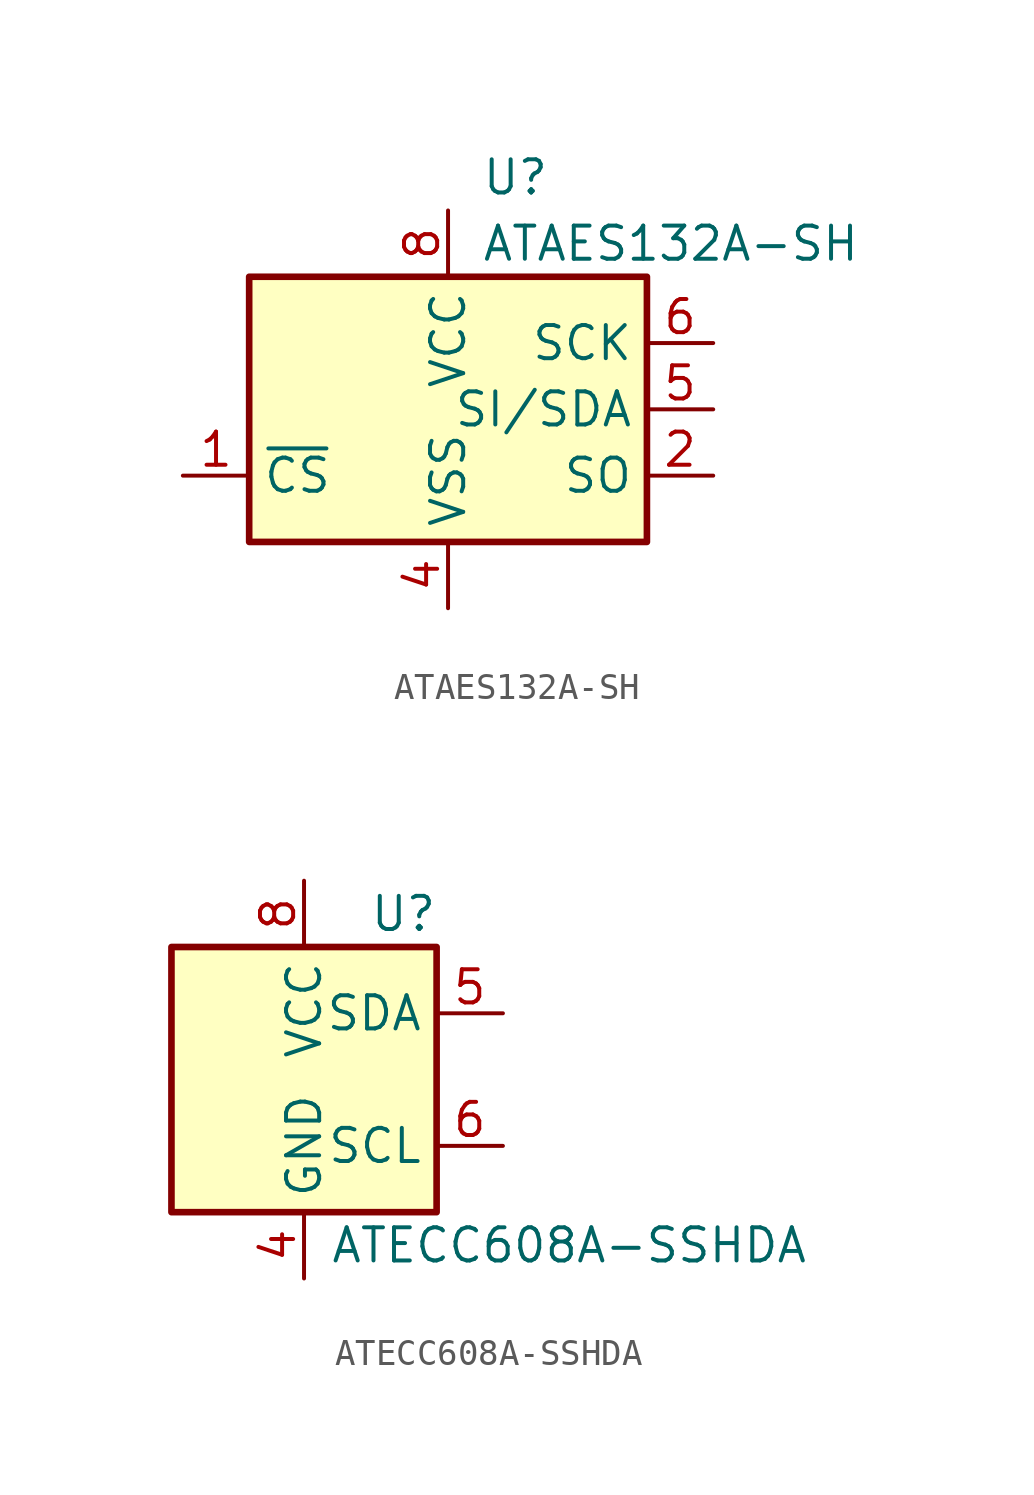
<source format=kicad_sym>
(kicad_symbol_lib
  (version 20231120)
  (generator "kicad_symbol_editor")
  (generator_version "8.0")
  (symbol "ATAES132A-SH"
    (property "Reference" "U"
      (at 1.27 8.89 0)
      (effects (font (size 1.27 1.27)) (justify left)))
    (property "Value" "ATAES132A-SH"
      (at 1.27 6.35 0)
      (effects (font (size 1.27 1.27)) (justify left)))
    (symbol "ATAES132A-SH_0_1"
      (rectangle (start 7.62 5.08) (end -7.62 -5.08) (stroke (width 0.254) (type default)) (fill (type background))))
    (symbol "ATAES132A-SH_1_1"
      (pin input line (at -10.16 -2.54 0) (length 2.54) (name "~{CS}" (effects (font (size 1.27 1.27)))) (number "1" (effects (font (size 1.27 1.27)))))
      (pin output line (at 10.16 -2.54 180) (length 2.54) (name "SO" (effects (font (size 1.27 1.27)))) (number "2" (effects (font (size 1.27 1.27)))))
      (pin no_connect line (at -7.62 2.54 0) (length 2.54) hide (name "NC" (effects (font (size 1.27 1.27)))) (number "3" (effects (font (size 1.27 1.27)))))
      (pin power_in line (at 0 -7.62 90) (length 2.54) (name "VSS" (effects (font (size 1.27 1.27)))) (number "4" (effects (font (size 1.27 1.27)))))
      (pin bidirectional line (at 10.16 0 180) (length 2.54) (name "SI/SDA" (effects (font (size 1.27 1.27)))) (number "5" (effects (font (size 1.27 1.27)))))
      (pin input line (at 10.16 2.54 180) (length 2.54) (name "SCK" (effects (font (size 1.27 1.27)))) (number "6" (effects (font (size 1.27 1.27)))))
      (pin no_connect line (at -7.62 0 0) (length 2.54) hide (name "NC" (effects (font (size 1.27 1.27)))) (number "7" (effects (font (size 1.27 1.27)))))
      (pin power_in line (at 0 7.62 270) (length 2.54) (name "VCC" (effects (font (size 1.27 1.27)))) (number "8" (effects (font (size 1.27 1.27)))))))
  (symbol "ATECC608A-SSHDA"
    (property "Reference" "U"
      (at 3.81 6.35 0)
      (effects (font (size 1.27 1.27))))
    (property "Value" "ATECC608A-SSHDA"
      (at 10.16 -6.35 0)
      (effects (font (size 1.27 1.27))))
    (symbol "ATECC608A-SSHDA_0_1"
      (rectangle (start -5.08 5.08) (end 5.08 -5.08) (stroke (width 0.254) (type default)) (fill (type background))))
    (symbol "ATECC608A-SSHDA_1_1"
      (pin no_connect line (at -5.08 2.54 0) (length 2.54) hide (name "NC" (effects (font (size 1.27 1.27)))) (number "1" (effects (font (size 1.27 1.27)))))
      (pin no_connect line (at -5.08 0 0) (length 2.54) hide (name "NC" (effects (font (size 1.27 1.27)))) (number "2" (effects (font (size 1.27 1.27)))))
      (pin no_connect line (at -5.08 -2.54 0) (length 2.54) hide (name "NC" (effects (font (size 1.27 1.27)))) (number "3" (effects (font (size 1.27 1.27)))))
      (pin power_in line (at 0 -7.62 90) (length 2.54) (name "GND" (effects (font (size 1.27 1.27)))) (number "4" (effects (font (size 1.27 1.27)))))
      (pin bidirectional line (at 7.62 2.54 180) (length 2.54) (name "SDA" (effects (font (size 1.27 1.27)))) (number "5" (effects (font (size 1.27 1.27)))))
      (pin input line (at 7.62 -2.54 180) (length 2.54) (name "SCL" (effects (font (size 1.27 1.27)))) (number "6" (effects (font (size 1.27 1.27)))))
      (pin no_connect line (at 5.08 0 180) (length 2.54) hide (name "NC" (effects (font (size 1.27 1.27)))) (number "7" (effects (font (size 1.27 1.27)))))
      (pin power_in line (at 0 7.62 270) (length 2.54) (name "VCC" (effects (font (size 1.27 1.27)))) (number "8" (effects (font (size 1.27 1.27))))))))
</source>
